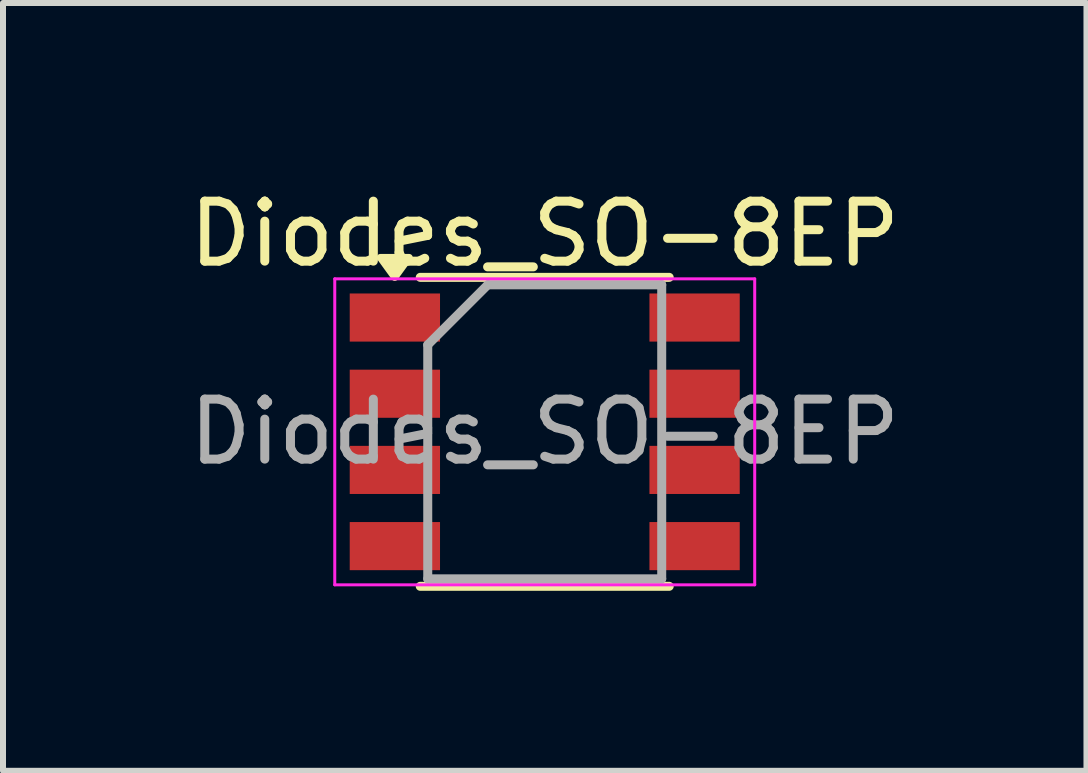
<source format=kicad_pcb>
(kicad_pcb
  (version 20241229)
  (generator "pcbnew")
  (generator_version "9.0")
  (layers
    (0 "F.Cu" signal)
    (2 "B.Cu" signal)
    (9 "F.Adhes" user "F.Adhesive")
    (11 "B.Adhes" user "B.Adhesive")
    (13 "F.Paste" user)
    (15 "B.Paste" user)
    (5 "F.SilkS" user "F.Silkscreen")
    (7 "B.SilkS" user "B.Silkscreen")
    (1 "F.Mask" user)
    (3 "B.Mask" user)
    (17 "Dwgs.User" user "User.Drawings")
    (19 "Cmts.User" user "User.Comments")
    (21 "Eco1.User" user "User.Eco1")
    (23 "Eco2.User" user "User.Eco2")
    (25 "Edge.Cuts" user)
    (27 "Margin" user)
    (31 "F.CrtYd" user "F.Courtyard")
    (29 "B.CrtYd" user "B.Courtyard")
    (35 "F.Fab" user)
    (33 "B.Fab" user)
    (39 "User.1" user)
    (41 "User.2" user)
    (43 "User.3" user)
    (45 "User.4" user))
  (footprint "Diodes_SO-8EP"
    (layer "F.Cu")
    (at 6.03 4.148)
    (property "Reference" "Diodes_SO-8EP" (at 0 -3.3 0) (layer "F.SilkS") (effects (font (size 1 1) (thickness 0.15))))
    (attr smd)
    (fp_line (start -2.075 -2.575) (end 2.075 -2.575) (stroke (width 0.15) (type solid)) (layer "F.SilkS"))
    (fp_line (start -2.075 2.575) (end 2.075 2.575) (stroke (width 0.15) (type solid)) (layer "F.SilkS"))
    (fp_poly (pts (xy -2.5 -2.575) (xy -2.74 -2.905) (xy -2.26 -2.905) (xy -2.5 -2.575)) (stroke (width 0.12) (type solid)) (fill yes) (layer "F.SilkS"))
    (fp_line (start -3.5 -2.55) (end -3.5 2.55) (stroke (width 0.05) (type solid)) (layer "F.CrtYd"))
    (fp_line (start -3.5 -2.55) (end 3.5 -2.55) (stroke (width 0.05) (type solid)) (layer "F.CrtYd"))
    (fp_line (start -3.5 2.55) (end 3.5 2.55) (stroke (width 0.05) (type solid)) (layer "F.CrtYd"))
    (fp_line (start 3.5 -2.55) (end 3.5 2.55) (stroke (width 0.05) (type solid)) (layer "F.CrtYd"))
    (fp_line (start -1.95 -1.45) (end -0.95 -2.45) (stroke (width 0.15) (type solid)) (layer "F.Fab"))
    (fp_line (start -1.95 2.45) (end -1.95 -1.45) (stroke (width 0.15) (type solid)) (layer "F.Fab"))
    (fp_line (start -0.95 -2.45) (end 1.95 -2.45) (stroke (width 0.15) (type solid)) (layer "F.Fab"))
    (fp_line (start 1.95 -2.45) (end 1.95 2.45) (stroke (width 0.15) (type solid)) (layer "F.Fab"))
    (fp_line (start 1.95 2.45) (end -1.95 2.45) (stroke (width 0.15) (type solid)) (layer "F.Fab"))
    (fp_text user "${REFERENCE}" (at 0 0 0) (layer "F.Fab") (effects (font (size 1 1) (thickness 0.15))))
    (pad "1" smd rect (at -2.498 -1.905) (size 1.505 0.802) (layers "F.Cu" "F.Mask" "F.Paste"))
    (pad "2" smd rect (at -2.498 -0.635) (size 1.505 0.802) (layers "F.Cu" "F.Mask" "F.Paste"))
    (pad "3" smd rect (at -2.498 0.635) (size 1.505 0.802) (layers "F.Cu" "F.Mask" "F.Paste"))
    (pad "4" smd rect (at -2.498 1.905) (size 1.505 0.802) (layers "F.Cu" "F.Mask" "F.Paste"))
    (pad "5" smd rect (at 2.498 1.905) (size 1.505 0.802) (layers "F.Cu" "F.Mask" "F.Paste"))
    (pad "6" smd rect (at 2.498 0.635) (size 1.505 0.802) (layers "F.Cu" "F.Mask" "F.Paste"))
    (pad "7" smd rect (at 2.498 -0.635) (size 1.505 0.802) (layers "F.Cu" "F.Mask" "F.Paste"))
    (pad "8" smd rect (at 2.498 -1.905) (size 1.505 0.802) (layers "F.Cu" "F.Mask" "F.Paste")))
  (gr_rect
    (start -3 -3)
    (end 15.06 9.798)
    (stroke (width 0.1) (type default))
    (fill no)
    (layer "Edge.Cuts")))
</source>
